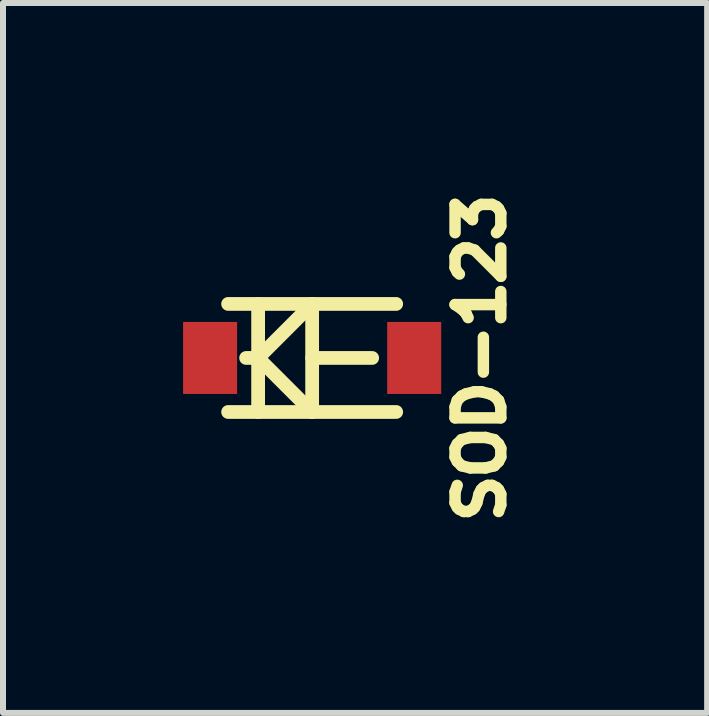
<source format=kicad_pcb>
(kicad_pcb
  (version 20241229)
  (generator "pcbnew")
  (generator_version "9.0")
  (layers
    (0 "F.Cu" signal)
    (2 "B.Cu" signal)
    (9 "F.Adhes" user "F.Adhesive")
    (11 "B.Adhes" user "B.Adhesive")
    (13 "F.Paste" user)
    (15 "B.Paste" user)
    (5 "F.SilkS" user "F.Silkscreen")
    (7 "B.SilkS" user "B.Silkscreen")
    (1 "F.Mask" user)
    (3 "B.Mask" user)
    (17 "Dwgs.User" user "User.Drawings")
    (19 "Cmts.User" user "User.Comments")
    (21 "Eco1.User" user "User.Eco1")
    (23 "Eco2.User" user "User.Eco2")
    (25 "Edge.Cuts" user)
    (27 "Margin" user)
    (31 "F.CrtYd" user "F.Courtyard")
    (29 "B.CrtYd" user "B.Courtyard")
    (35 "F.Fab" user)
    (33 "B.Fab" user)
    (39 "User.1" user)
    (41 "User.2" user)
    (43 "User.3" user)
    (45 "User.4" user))
  (footprint "SOD-123"
    (layer "F.Cu")
    (at 2.15 2.913)
    (property "Reference" "SOD-123" (at 2.8 0 270) (layer "F.SilkS") (effects (font (size 0.762 0.762) (thickness 0.191))))
    (attr smd)
    (fp_line (start -1.4 -0.9) (end 1.4 -0.9) (stroke (width 0.229) (type solid)) (layer "F.SilkS"))
    (fp_line (start -1.4 0.9) (end 1.4 0.9) (stroke (width 0.229) (type solid)) (layer "F.SilkS"))
    (fp_line (start -1.1 0) (end -0.9 0) (stroke (width 0.229) (type solid)) (layer "F.SilkS"))
    (fp_line (start -0.9 -0.9) (end -0.9 0.9) (stroke (width 0.229) (type solid)) (layer "F.SilkS"))
    (fp_line (start -0.9 0) (end 0 -0.9) (stroke (width 0.229) (type solid)) (layer "F.SilkS"))
    (fp_line (start 0 -0.9) (end 0 0.9) (stroke (width 0.229) (type solid)) (layer "F.SilkS"))
    (fp_line (start 0 0) (end 1 0) (stroke (width 0.229) (type solid)) (layer "F.SilkS"))
    (fp_line (start 0 0.9) (end -0.9 0) (stroke (width 0.229) (type solid)) (layer "F.SilkS"))
    (pad "1" smd rect (at -1.7 0) (size 0.9 1.2) (layers "F.Cu" "F.Mask" "F.Paste"))
    (pad "2" smd rect (at 1.7 0) (size 0.9 1.2) (layers "F.Cu" "F.Mask" "F.Paste")))
  (gr_rect
    (start -3 -3)
    (end 8.73 8.826)
    (stroke (width 0.1) (type default))
    (fill no)
    (layer "Edge.Cuts")))
</source>
